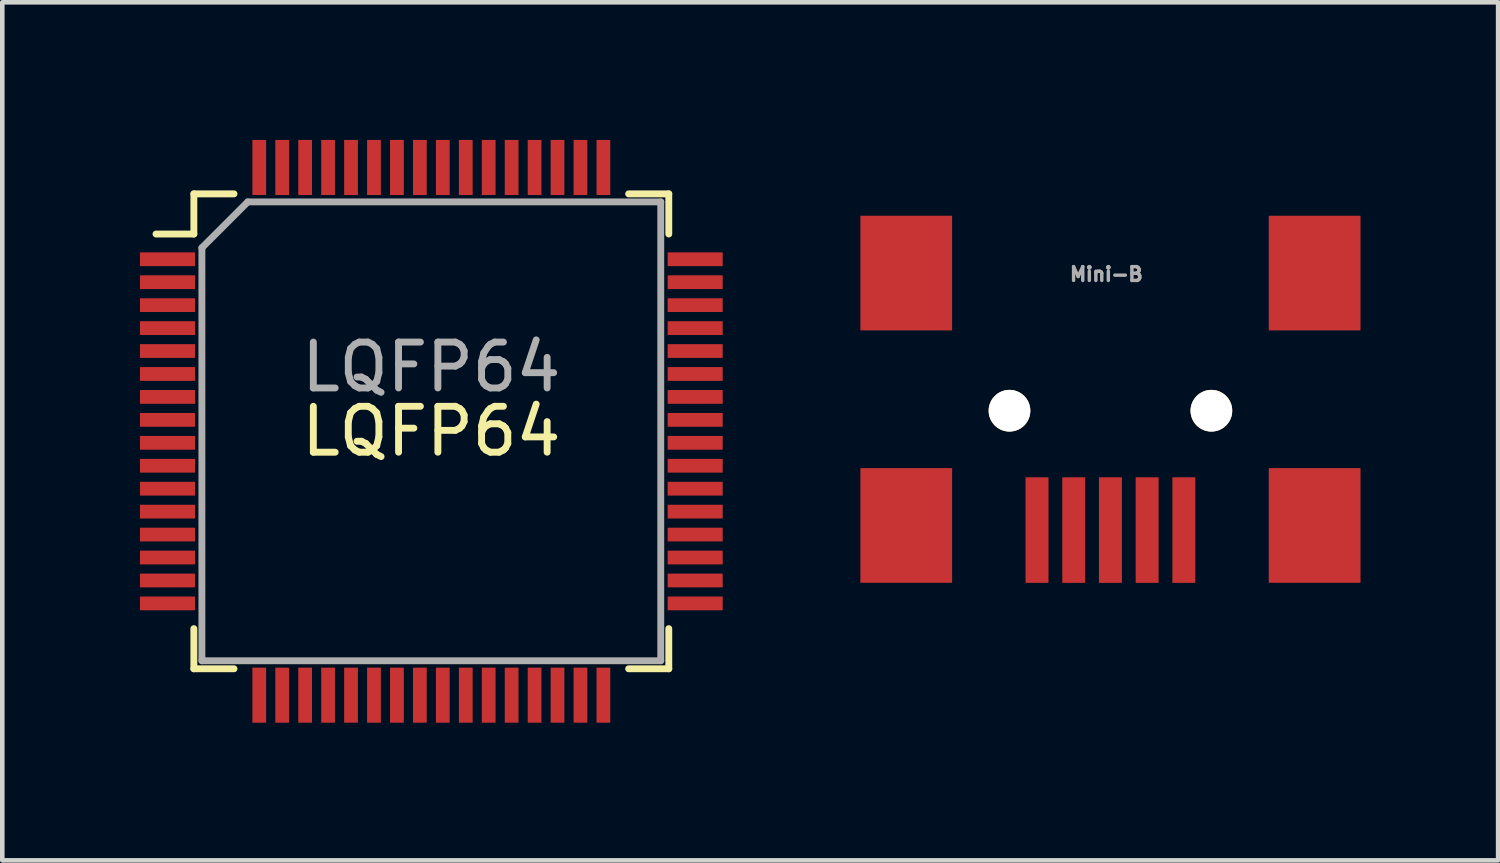
<source format=kicad_pcb>
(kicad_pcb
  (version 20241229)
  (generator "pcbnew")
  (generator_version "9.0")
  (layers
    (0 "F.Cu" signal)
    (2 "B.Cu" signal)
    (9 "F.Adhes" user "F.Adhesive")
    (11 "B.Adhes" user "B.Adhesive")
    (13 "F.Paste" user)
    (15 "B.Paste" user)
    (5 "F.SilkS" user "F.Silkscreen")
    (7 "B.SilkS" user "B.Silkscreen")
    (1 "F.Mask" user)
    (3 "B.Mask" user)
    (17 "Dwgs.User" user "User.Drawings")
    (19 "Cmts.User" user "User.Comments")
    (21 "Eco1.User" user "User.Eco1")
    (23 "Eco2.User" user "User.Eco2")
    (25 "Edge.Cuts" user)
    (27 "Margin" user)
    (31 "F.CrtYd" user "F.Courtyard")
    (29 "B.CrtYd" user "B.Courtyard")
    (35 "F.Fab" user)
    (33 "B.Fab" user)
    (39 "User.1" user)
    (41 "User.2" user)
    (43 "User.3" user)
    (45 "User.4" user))
  (footprint "LQFP64"
    (layer "F.Cu")
    (at 6.35 6.35)
    (property "Reference" "LQFP64" (at 0 0 0) (layer "F.SilkS") (effects (font (size 1 1) (thickness 0.15))))
    (attr smd)
    (fp_line (start -5.175 -5.175) (end -5.175 -4.3) (stroke (width 0.15) (type solid)) (layer "F.SilkS"))
    (fp_line (start -5.175 -5.175) (end -4.3 -5.175) (stroke (width 0.15) (type solid)) (layer "F.SilkS"))
    (fp_line (start -5.175 -4.3) (end -6 -4.3) (stroke (width 0.15) (type solid)) (layer "F.SilkS"))
    (fp_line (start -5.175 5.175) (end -5.175 4.3) (stroke (width 0.15) (type solid)) (layer "F.SilkS"))
    (fp_line (start -5.175 5.175) (end -4.3 5.175) (stroke (width 0.15) (type solid)) (layer "F.SilkS"))
    (fp_line (start 5.175 -5.175) (end 4.3 -5.175) (stroke (width 0.15) (type solid)) (layer "F.SilkS"))
    (fp_line (start 5.175 -5.175) (end 5.175 -4.3) (stroke (width 0.15) (type solid)) (layer "F.SilkS"))
    (fp_line (start 5.175 5.175) (end 4.3 5.175) (stroke (width 0.15) (type solid)) (layer "F.SilkS"))
    (fp_line (start 5.175 5.175) (end 5.175 4.3) (stroke (width 0.15) (type solid)) (layer "F.SilkS"))
    (fp_line (start -5 -4) (end -4 -5) (stroke (width 0.15) (type solid)) (layer "F.Fab"))
    (fp_line (start -5 5) (end -5 -4) (stroke (width 0.15) (type solid)) (layer "F.Fab"))
    (fp_line (start -4 -5) (end 5 -5) (stroke (width 0.15) (type solid)) (layer "F.Fab"))
    (fp_line (start 5 -5) (end 5 5) (stroke (width 0.15) (type solid)) (layer "F.Fab"))
    (fp_line (start 5 5) (end -5 5) (stroke (width 0.15) (type solid)) (layer "F.Fab"))
    (fp_text user "${REFERENCE}" (at 0 -1.4 0) (layer "F.Fab") (effects (font (size 1 1) (thickness 0.15))))
    (pad "1" smd rect (at -5.75 -3.75) (size 1.2 0.3) (layers "F.Cu" "F.Mask" "F.Paste"))
    (pad "2" smd rect (at -5.75 -3.25) (size 1.2 0.3) (layers "F.Cu" "F.Mask" "F.Paste"))
    (pad "3" smd rect (at -5.75 -2.75) (size 1.2 0.3) (layers "F.Cu" "F.Mask" "F.Paste"))
    (pad "4" smd rect (at -5.75 -2.25) (size 1.2 0.3) (layers "F.Cu" "F.Mask" "F.Paste"))
    (pad "5" smd rect (at -5.75 -1.75) (size 1.2 0.3) (layers "F.Cu" "F.Mask" "F.Paste"))
    (pad "6" smd rect (at -5.75 -1.25) (size 1.2 0.3) (layers "F.Cu" "F.Mask" "F.Paste"))
    (pad "7" smd rect (at -5.75 -0.75) (size 1.2 0.3) (layers "F.Cu" "F.Mask" "F.Paste"))
    (pad "8" smd rect (at -5.75 -0.25) (size 1.2 0.3) (layers "F.Cu" "F.Mask" "F.Paste"))
    (pad "9" smd rect (at -5.75 0.25) (size 1.2 0.3) (layers "F.Cu" "F.Mask" "F.Paste"))
    (pad "10" smd rect (at -5.75 0.75) (size 1.2 0.3) (layers "F.Cu" "F.Mask" "F.Paste"))
    (pad "11" smd rect (at -5.75 1.25) (size 1.2 0.3) (layers "F.Cu" "F.Mask" "F.Paste"))
    (pad "12" smd rect (at -5.75 1.75) (size 1.2 0.3) (layers "F.Cu" "F.Mask" "F.Paste"))
    (pad "13" smd rect (at -5.75 2.25) (size 1.2 0.3) (layers "F.Cu" "F.Mask" "F.Paste"))
    (pad "14" smd rect (at -5.75 2.75) (size 1.2 0.3) (layers "F.Cu" "F.Mask" "F.Paste"))
    (pad "15" smd rect (at -5.75 3.25) (size 1.2 0.3) (layers "F.Cu" "F.Mask" "F.Paste"))
    (pad "16" smd rect (at -5.75 3.75) (size 1.2 0.3) (layers "F.Cu" "F.Mask" "F.Paste"))
    (pad "17" smd rect (at -3.75 5.75 90) (size 1.2 0.3) (layers "F.Cu" "F.Mask" "F.Paste"))
    (pad "18" smd rect (at -3.25 5.75 90) (size 1.2 0.3) (layers "F.Cu" "F.Mask" "F.Paste"))
    (pad "19" smd rect (at -2.75 5.75 90) (size 1.2 0.3) (layers "F.Cu" "F.Mask" "F.Paste"))
    (pad "20" smd rect (at -2.25 5.75 90) (size 1.2 0.3) (layers "F.Cu" "F.Mask" "F.Paste"))
    (pad "21" smd rect (at -1.75 5.75 90) (size 1.2 0.3) (layers "F.Cu" "F.Mask" "F.Paste"))
    (pad "22" smd rect (at -1.25 5.75 90) (size 1.2 0.3) (layers "F.Cu" "F.Mask" "F.Paste"))
    (pad "23" smd rect (at -0.75 5.75 90) (size 1.2 0.3) (layers "F.Cu" "F.Mask" "F.Paste"))
    (pad "24" smd rect (at -0.25 5.75 90) (size 1.2 0.3) (layers "F.Cu" "F.Mask" "F.Paste"))
    (pad "25" smd rect (at 0.25 5.75 90) (size 1.2 0.3) (layers "F.Cu" "F.Mask" "F.Paste"))
    (pad "26" smd rect (at 0.75 5.75 90) (size 1.2 0.3) (layers "F.Cu" "F.Mask" "F.Paste"))
    (pad "27" smd rect (at 1.25 5.75 90) (size 1.2 0.3) (layers "F.Cu" "F.Mask" "F.Paste"))
    (pad "28" smd rect (at 1.75 5.75 90) (size 1.2 0.3) (layers "F.Cu" "F.Mask" "F.Paste"))
    (pad "29" smd rect (at 2.25 5.75 90) (size 1.2 0.3) (layers "F.Cu" "F.Mask" "F.Paste"))
    (pad "30" smd rect (at 2.75 5.75 90) (size 1.2 0.3) (layers "F.Cu" "F.Mask" "F.Paste"))
    (pad "31" smd rect (at 3.25 5.75 90) (size 1.2 0.3) (layers "F.Cu" "F.Mask" "F.Paste"))
    (pad "32" smd rect (at 3.75 5.75 90) (size 1.2 0.3) (layers "F.Cu" "F.Mask" "F.Paste"))
    (pad "33" smd rect (at 5.75 3.75) (size 1.2 0.3) (layers "F.Cu" "F.Mask" "F.Paste"))
    (pad "34" smd rect (at 5.75 3.25) (size 1.2 0.3) (layers "F.Cu" "F.Mask" "F.Paste"))
    (pad "35" smd rect (at 5.75 2.75) (size 1.2 0.3) (layers "F.Cu" "F.Mask" "F.Paste"))
    (pad "36" smd rect (at 5.75 2.25) (size 1.2 0.3) (layers "F.Cu" "F.Mask" "F.Paste"))
    (pad "37" smd rect (at 5.75 1.75) (size 1.2 0.3) (layers "F.Cu" "F.Mask" "F.Paste"))
    (pad "38" smd rect (at 5.75 1.25) (size 1.2 0.3) (layers "F.Cu" "F.Mask" "F.Paste"))
    (pad "39" smd rect (at 5.75 0.75) (size 1.2 0.3) (layers "F.Cu" "F.Mask" "F.Paste"))
    (pad "40" smd rect (at 5.75 0.25) (size 1.2 0.3) (layers "F.Cu" "F.Mask" "F.Paste"))
    (pad "41" smd rect (at 5.75 -0.25) (size 1.2 0.3) (layers "F.Cu" "F.Mask" "F.Paste"))
    (pad "42" smd rect (at 5.75 -0.75) (size 1.2 0.3) (layers "F.Cu" "F.Mask" "F.Paste"))
    (pad "43" smd rect (at 5.75 -1.25) (size 1.2 0.3) (layers "F.Cu" "F.Mask" "F.Paste"))
    (pad "44" smd rect (at 5.75 -1.75) (size 1.2 0.3) (layers "F.Cu" "F.Mask" "F.Paste"))
    (pad "45" smd rect (at 5.75 -2.25) (size 1.2 0.3) (layers "F.Cu" "F.Mask" "F.Paste"))
    (pad "46" smd rect (at 5.75 -2.75) (size 1.2 0.3) (layers "F.Cu" "F.Mask" "F.Paste"))
    (pad "47" smd rect (at 5.75 -3.25) (size 1.2 0.3) (layers "F.Cu" "F.Mask" "F.Paste"))
    (pad "48" smd rect (at 5.75 -3.75) (size 1.2 0.3) (layers "F.Cu" "F.Mask" "F.Paste"))
    (pad "49" smd rect (at 3.75 -5.75 90) (size 1.2 0.3) (layers "F.Cu" "F.Mask" "F.Paste"))
    (pad "50" smd rect (at 3.25 -5.75 90) (size 1.2 0.3) (layers "F.Cu" "F.Mask" "F.Paste"))
    (pad "51" smd rect (at 2.75 -5.75 90) (size 1.2 0.3) (layers "F.Cu" "F.Mask" "F.Paste"))
    (pad "52" smd rect (at 2.25 -5.75 90) (size 1.2 0.3) (layers "F.Cu" "F.Mask" "F.Paste"))
    (pad "53" smd rect (at 1.75 -5.75 90) (size 1.2 0.3) (layers "F.Cu" "F.Mask" "F.Paste"))
    (pad "54" smd rect (at 1.25 -5.75 90) (size 1.2 0.3) (layers "F.Cu" "F.Mask" "F.Paste"))
    (pad "55" smd rect (at 0.75 -5.75 90) (size 1.2 0.3) (layers "F.Cu" "F.Mask" "F.Paste"))
    (pad "56" smd rect (at 0.25 -5.75 90) (size 1.2 0.3) (layers "F.Cu" "F.Mask" "F.Paste"))
    (pad "57" smd rect (at -0.25 -5.75 90) (size 1.2 0.3) (layers "F.Cu" "F.Mask" "F.Paste"))
    (pad "58" smd rect (at -0.75 -5.75 90) (size 1.2 0.3) (layers "F.Cu" "F.Mask" "F.Paste"))
    (pad "59" smd rect (at -1.25 -5.75 90) (size 1.2 0.3) (layers "F.Cu" "F.Mask" "F.Paste"))
    (pad "60" smd rect (at -1.75 -5.75 90) (size 1.2 0.3) (layers "F.Cu" "F.Mask" "F.Paste"))
    (pad "61" smd rect (at -2.25 -5.75 90) (size 1.2 0.3) (layers "F.Cu" "F.Mask" "F.Paste"))
    (pad "62" smd rect (at -2.75 -5.75 90) (size 1.2 0.3) (layers "F.Cu" "F.Mask" "F.Paste"))
    (pad "63" smd rect (at -3.25 -5.75 90) (size 1.2 0.3) (layers "F.Cu" "F.Mask" "F.Paste"))
    (pad "64" smd rect (at -3.75 -5.75 90) (size 1.2 0.3) (layers "F.Cu" "F.Mask" "F.Paste")))
  (footprint "Mini-B"
    (layer "F.Cu")
    (at 21.15 0.651)
    (property "Reference" "Mini-B" (at -0.089 2.275 0) (layer "F.Fab") (effects (font (size 0.3 0.3) (thickness 0.075))))
    (attr smd)
    (fp_line (start -3.851 -0.65) (end 3.851 -0.65) (stroke (width 0.001) (type solid)) (layer "F.Fab"))
    (fp_line (start -3.851 8.55) (end -3.851 -0.65) (stroke (width 0.001) (type solid)) (layer "F.Fab"))
    (fp_line (start 3.851 -0.65) (end 3.851 8.55) (stroke (width 0.001) (type solid)) (layer "F.Fab"))
    (fp_line (start 3.851 8.55) (end -3.851 8.55) (stroke (width 0.001) (type solid)) (layer "F.Fab"))
    (pad "" smd rect (at -4.45 2.25) (size 1.999 2.499) (layers "F.Cu" "F.Mask" "F.Paste"))
    (pad "" thru_hole circle (at -2.2 5.25) (size 0.909 0.909) (drill 0.899) (layers "*.Cu" "*.Mask" "F.SilkS"))
    (pad "" thru_hole circle (at 2.2 5.25) (size 0.909 0.909) (drill 0.899) (layers "*.Cu" "*.Mask" "F.SilkS"))
    (pad "" smd rect (at 4.45 2.25) (size 1.999 2.499) (layers "F.Cu" "F.Mask" "F.Paste"))
    (pad "" smd rect (at 4.45 7.75) (size 1.999 2.499) (layers "F.Cu" "F.Mask" "F.Paste"))
    (pad "1" smd rect (at 1.6 7.851) (size 0.5 2.301) (layers "F.Cu" "F.Mask" "F.Paste"))
    (pad "2" smd rect (at 0.8 7.851) (size 0.5 2.301) (layers "F.Cu" "F.Mask" "F.Paste"))
    (pad "3" smd rect (at 0 7.851) (size 0.5 2.301) (layers "F.Cu" "F.Mask" "F.Paste"))
    (pad "4" smd rect (at -0.8 7.851) (size 0.5 2.301) (layers "F.Cu" "F.Mask" "F.Paste"))
    (pad "5" smd rect (at -1.6 7.851) (size 0.5 2.301) (layers "F.Cu" "F.Mask" "F.Paste"))
    (pad "6" smd rect (at -4.45 7.75) (size 1.999 2.499) (layers "F.Cu" "F.Mask" "F.Paste")))
  (gr_rect
    (start -3 -3)
    (end 29.599 15.7)
    (stroke (width 0.1) (type default))
    (fill no)
    (layer "Edge.Cuts")))
</source>
